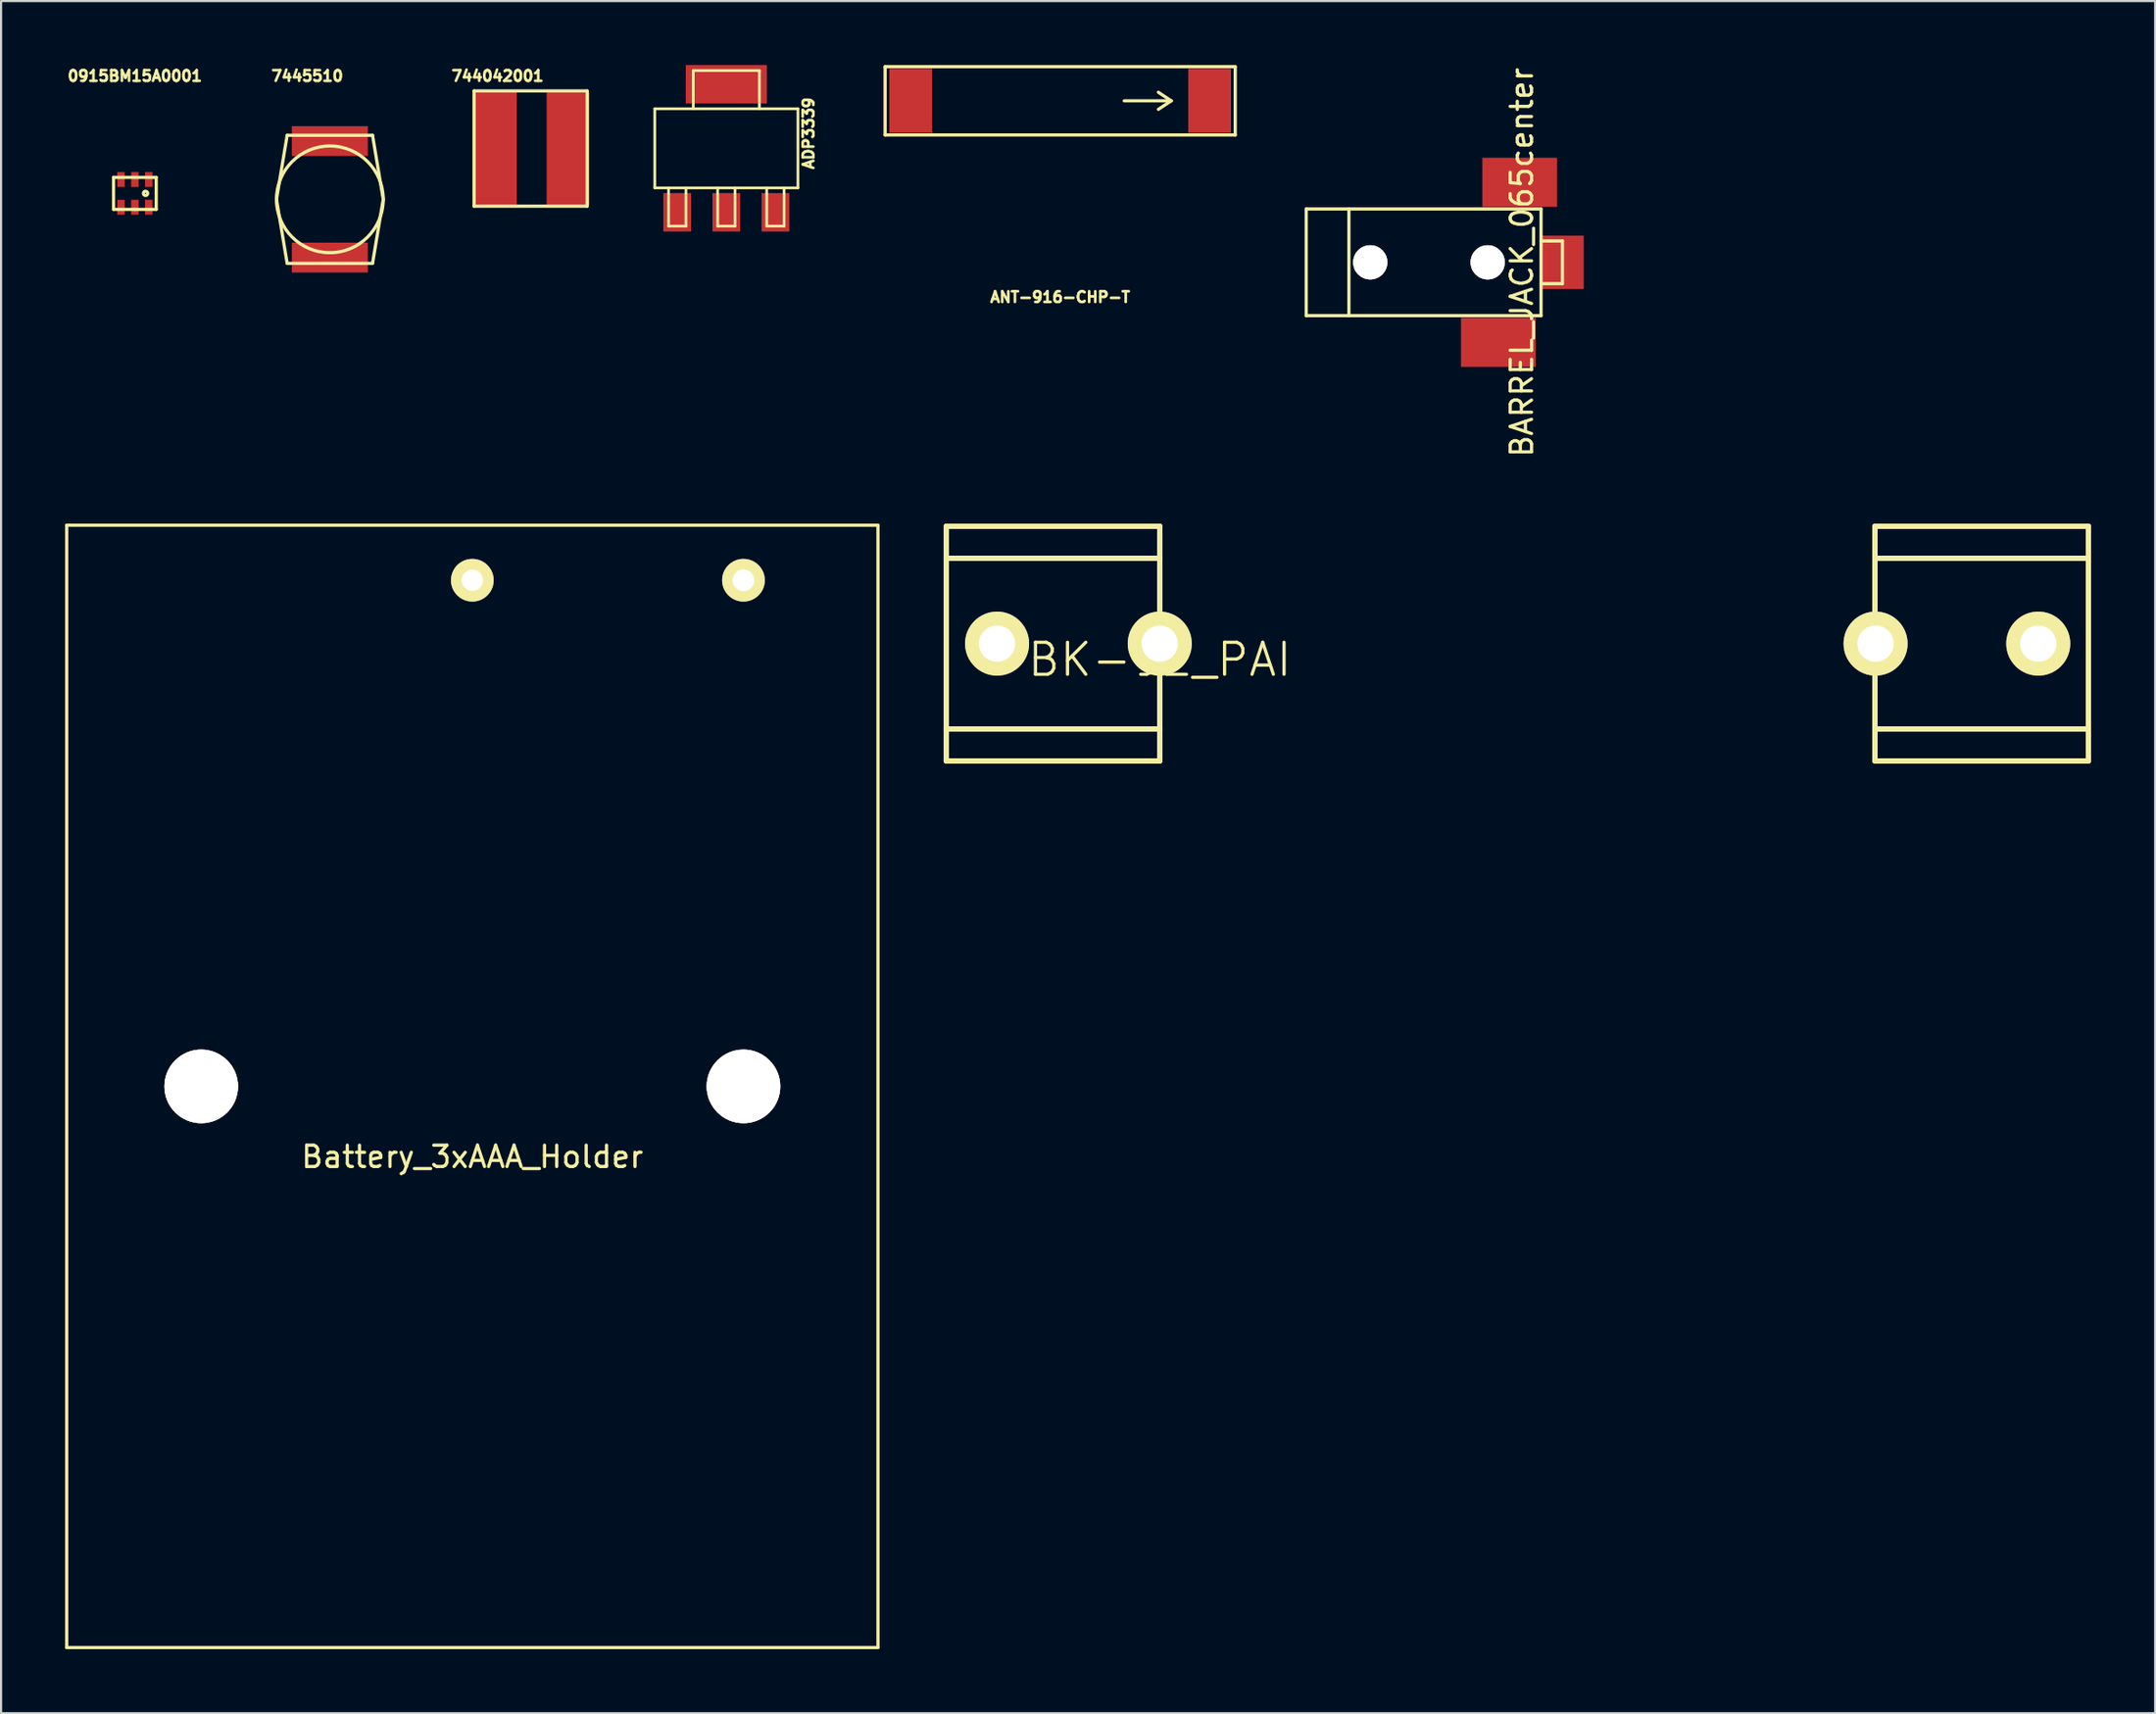
<source format=kicad_pcb>
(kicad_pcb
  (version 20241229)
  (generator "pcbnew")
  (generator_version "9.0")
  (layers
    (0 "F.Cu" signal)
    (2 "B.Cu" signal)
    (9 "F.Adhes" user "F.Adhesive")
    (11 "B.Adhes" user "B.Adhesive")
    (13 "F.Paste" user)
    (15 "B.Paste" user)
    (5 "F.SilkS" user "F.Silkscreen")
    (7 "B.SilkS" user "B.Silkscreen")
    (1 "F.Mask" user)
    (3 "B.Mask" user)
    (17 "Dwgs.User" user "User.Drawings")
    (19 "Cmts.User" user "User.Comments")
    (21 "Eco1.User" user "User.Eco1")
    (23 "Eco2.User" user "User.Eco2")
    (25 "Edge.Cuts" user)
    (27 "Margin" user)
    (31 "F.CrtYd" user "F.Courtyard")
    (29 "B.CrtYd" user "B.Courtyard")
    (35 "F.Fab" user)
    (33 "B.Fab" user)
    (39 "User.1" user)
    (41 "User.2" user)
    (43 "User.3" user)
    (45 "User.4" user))
  (footprint "Battery_3xAAA_Holder"
    (layer "F.Cu")
    (at 19.075 47.863)
    (property "Reference" "Battery_3xAAA_Holder" (at 0 3.3 0) (layer "F.SilkS") (effects (font (size 1 1) (thickness 0.15))))
    (attr through_hole)
    (fp_line (start -19 -26.3) (end -19 26.3) (stroke (width 0.15) (type solid)) (layer "F.SilkS"))
    (fp_line (start -19 26.3) (end 19 26.3) (stroke (width 0.15) (type solid)) (layer "F.SilkS"))
    (fp_line (start 19 -26.3) (end -19 -26.3) (stroke (width 0.15) (type solid)) (layer "F.SilkS"))
    (fp_line (start 19 26.3) (end 19 -26.3) (stroke (width 0.15) (type solid)) (layer "F.SilkS"))
    (pad "0" thru_hole circle (at -12.7 0) (size 3.45 3.45) (drill 3.45) (layers "*.Cu" "*.Mask" "F.SilkS"))
    (pad "0" thru_hole circle (at 12.7 0) (size 3.45 3.45) (drill 3.45) (layers "*.Cu" "*.Mask" "F.SilkS"))
    (pad "1" thru_hole circle (at 0 -23.72) (size 2 2) (drill 1) (layers "*.Cu" "*.Mask" "F.SilkS"))
    (pad "2" thru_hole circle (at 12.7 -23.72) (size 2 2) (drill 1.02) (layers "*.Cu" "*.Mask" "F.SilkS")))
  (footprint "0915BM15A0001"
    (layer "F.Cu")
    (at 3.268 6.012)
    (property "Reference" "0915BM15A0001" (at 0 -5.5 0) (layer "F.SilkS") (effects (font (size 0.5 0.5) (thickness 0.125))))
    (attr through_hole)
    (fp_line (start -1 -0.75) (end -1 0.75) (stroke (width 0.15) (type solid)) (layer "F.SilkS"))
    (fp_line (start -1 0.75) (end 0 0.75) (stroke (width 0.15) (type solid)) (layer "F.SilkS"))
    (fp_line (start 0 0.75) (end 1 0.75) (stroke (width 0.15) (type solid)) (layer "F.SilkS"))
    (fp_line (start 1 -0.75) (end -1 -0.75) (stroke (width 0.15) (type solid)) (layer "F.SilkS"))
    (fp_line (start 1 0.75) (end 1 -0.75) (stroke (width 0.15) (type solid)) (layer "F.SilkS"))
    (fp_circle (center 0.5 0) (end 0.5 0.1) (stroke (width 0.15) (type solid)) (fill no) (layer "F.SilkS"))
    (pad "1" smd rect (at 0.65 -0.65) (size 0.35 0.7) (layers "F.Cu" "F.Mask" "F.Paste"))
    (pad "2" smd rect (at 0 -0.65) (size 0.35 0.7) (layers "F.Cu" "F.Mask" "F.Paste"))
    (pad "3" smd rect (at -0.65 -0.65) (size 0.35 0.7) (layers "F.Cu" "F.Mask" "F.Paste"))
    (pad "4" smd rect (at -0.65 0.65) (size 0.35 0.7) (layers "F.Cu" "F.Mask" "F.Paste"))
    (pad "5" smd rect (at 0 0.65) (size 0.35 0.7) (layers "F.Cu" "F.Mask" "F.Paste"))
    (pad "6" smd rect (at 0.65 0.65) (size 0.35 0.7) (layers "F.Cu" "F.Mask" "F.Paste")))
  (footprint "7445510"
    (layer "F.Cu")
    (at 12.401 6.292)
    (property "Reference" "7445510" (at -1.06 -5.78 0) (layer "F.SilkS") (effects (font (size 0.5 0.5) (thickness 0.125))))
    (attr through_hole)
    (fp_line (start -2 -3) (end -2.5 0) (stroke (width 0.15) (type solid)) (layer "F.SilkS"))
    (fp_line (start -2 -3) (end 2 -3) (stroke (width 0.15) (type solid)) (layer "F.SilkS"))
    (fp_line (start -2 3) (end -2.5 0) (stroke (width 0.15) (type solid)) (layer "F.SilkS"))
    (fp_line (start -2 3) (end 2 3) (stroke (width 0.15) (type solid)) (layer "F.SilkS"))
    (fp_line (start 2 -3) (end 2.5 0) (stroke (width 0.15) (type solid)) (layer "F.SilkS"))
    (fp_line (start 2 3) (end 2.5 0) (stroke (width 0.15) (type solid)) (layer "F.SilkS"))
    (fp_circle (center 0 0) (end 2.5 0) (stroke (width 0.15) (type solid)) (fill no) (layer "F.SilkS"))
    (pad "1" smd rect (at 0 -2.73) (size 3.56 1.4) (layers "F.Cu" "F.Mask" "F.Paste"))
    (pad "2" smd rect (at 0 2.73) (size 3.56 1.4) (layers "F.Cu" "F.Mask" "F.Paste")))
  (footprint "ADP3339"
    (layer "F.Cu")
    (at 30.973 3.9)
    (property "Reference" "ADP3339" (at 3.85 -0.7 90) (layer "F.SilkS") (effects (font (size 0.5 0.5) (thickness 0.125))))
    (attr through_hole)
    (fp_line (start -3.353 -1.854) (end 3.353 -1.854) (stroke (width 0.127) (type solid)) (layer "F.SilkS"))
    (fp_line (start -3.353 1.854) (end -3.353 -1.854) (stroke (width 0.127) (type solid)) (layer "F.SilkS"))
    (fp_line (start -2.705 3.645) (end -2.705 1.854) (stroke (width 0.127) (type solid)) (layer "F.SilkS"))
    (fp_line (start -2.705 3.645) (end -1.892 3.645) (stroke (width 0.127) (type solid)) (layer "F.SilkS"))
    (fp_line (start -1.892 3.645) (end -1.892 1.854) (stroke (width 0.127) (type solid)) (layer "F.SilkS"))
    (fp_line (start -1.549 -3.645) (end -1.549 -1.854) (stroke (width 0.127) (type solid)) (layer "F.SilkS"))
    (fp_line (start -1.549 -3.645) (end 1.549 -3.645) (stroke (width 0.127) (type solid)) (layer "F.SilkS"))
    (fp_line (start -0.406 3.645) (end -0.406 1.854) (stroke (width 0.127) (type solid)) (layer "F.SilkS"))
    (fp_line (start -0.406 3.645) (end 0.406 3.645) (stroke (width 0.127) (type solid)) (layer "F.SilkS"))
    (fp_line (start 0.406 3.645) (end 0.406 1.854) (stroke (width 0.127) (type solid)) (layer "F.SilkS"))
    (fp_line (start 1.549 -3.645) (end 1.549 -1.854) (stroke (width 0.127) (type solid)) (layer "F.SilkS"))
    (fp_line (start 1.892 3.645) (end 1.892 1.854) (stroke (width 0.127) (type solid)) (layer "F.SilkS"))
    (fp_line (start 1.892 3.645) (end 2.705 3.645) (stroke (width 0.127) (type solid)) (layer "F.SilkS"))
    (fp_line (start 2.705 3.645) (end 2.705 1.854) (stroke (width 0.127) (type solid)) (layer "F.SilkS"))
    (fp_line (start 3.353 -1.854) (end 3.353 1.854) (stroke (width 0.127) (type solid)) (layer "F.SilkS"))
    (fp_line (start 3.353 1.854) (end -3.353 1.854) (stroke (width 0.127) (type solid)) (layer "F.SilkS"))
    (pad "1" smd rect (at -2.301 3) (size 1.3 1.801) (layers "F.Cu" "F.Mask" "F.Paste"))
    (pad "2" smd rect (at 0 -3) (size 3.8 1.801) (layers "F.Cu" "F.Mask" "F.Paste"))
    (pad "2" smd rect (at 0 3) (size 1.3 1.801) (layers "F.Cu" "F.Mask" "F.Paste"))
    (pad "3" smd rect (at 2.301 3) (size 1.3 1.801) (layers "F.Cu" "F.Mask" "F.Paste")))
  (footprint "BARREL_JACK_065center"
    (layer "F.Cu")
    (at 58.135 9.244)
    (property "Reference" "BARREL_JACK_065center" (at 10.099 0 90) (layer "F.SilkS") (effects (font (size 1 1) (thickness 0.15))))
    (attr through_hole)
    (fp_line (start 0 -2.5) (end 11 -2.5) (stroke (width 0.15) (type solid)) (layer "F.SilkS"))
    (fp_line (start 0 2.5) (end 0 -2.5) (stroke (width 0.15) (type solid)) (layer "F.SilkS"))
    (fp_line (start 2 2.5) (end 2 -2.5) (stroke (width 0.15) (type solid)) (layer "F.SilkS"))
    (fp_line (start 11 -2.5) (end 11 2.5) (stroke (width 0.15) (type solid)) (layer "F.SilkS"))
    (fp_line (start 11 -1) (end 12 -1) (stroke (width 0.15) (type solid)) (layer "F.SilkS"))
    (fp_line (start 11 2.5) (end 0 2.5) (stroke (width 0.15) (type solid)) (layer "F.SilkS"))
    (fp_line (start 12 -1) (end 12 1) (stroke (width 0.15) (type solid)) (layer "F.SilkS"))
    (fp_line (start 12 1) (end 11 1) (stroke (width 0.15) (type solid)) (layer "F.SilkS"))
    (pad "0" thru_hole circle (at 3 0 180) (size 1.6 1.6) (drill 1.6) (layers "*.Cu" "*.Mask" "F.SilkS"))
    (pad "0" thru_hole circle (at 8.5 0 180) (size 1.6 1.6) (drill 1.6) (layers "*.Cu" "*.Mask" "F.SilkS"))
    (pad "1" smd rect (at 12 0) (size 2 2.5) (layers "F.Cu" "F.Mask" "F.Paste"))
    (pad "2" smd rect (at 9 3.75) (size 3.5 2.3) (layers "F.Cu" "F.Mask" "F.Paste"))
    (pad "3" smd rect (at 10 -3.75) (size 3.5 2.3) (layers "F.Cu" "F.Mask" "F.Paste")))
  (footprint "BK-92_PAI"
    (layer "F.Cu")
    (at 51.275 27.113)
    (property "Reference" "BK-92_PAI" (at 0 0.75 0) (layer "F.SilkS") (effects (font (size 1.5 1.5) (thickness 0.15))))
    (attr through_hole)
    (fp_line (start -10 -5.5) (end -10 -4) (stroke (width 0.25) (type solid)) (layer "F.SilkS"))
    (fp_line (start -10 -4) (end 0 -4) (stroke (width 0.25) (type solid)) (layer "F.SilkS"))
    (fp_line (start -10 4) (end -10 -4) (stroke (width 0.25) (type solid)) (layer "F.SilkS"))
    (fp_line (start -10 5.5) (end -10 4) (stroke (width 0.25) (type solid)) (layer "F.SilkS"))
    (fp_line (start 0 -5.5) (end -10 -5.5) (stroke (width 0.25) (type solid)) (layer "F.SilkS"))
    (fp_line (start 0 -4) (end 0 -5.5) (stroke (width 0.25) (type solid)) (layer "F.SilkS"))
    (fp_line (start 0 -4) (end 0 0) (stroke (width 0.25) (type solid)) (layer "F.SilkS"))
    (fp_line (start 0 0) (end 0 4) (stroke (width 0.25) (type solid)) (layer "F.SilkS"))
    (fp_line (start 0 4) (end -10 4) (stroke (width 0.25) (type solid)) (layer "F.SilkS"))
    (fp_line (start 0 4) (end 0 5.5) (stroke (width 0.25) (type solid)) (layer "F.SilkS"))
    (fp_line (start 0 5.5) (end -10 5.5) (stroke (width 0.25) (type solid)) (layer "F.SilkS"))
    (fp_line (start 33.5 -5.5) (end 43.5 -5.5) (stroke (width 0.25) (type solid)) (layer "F.SilkS"))
    (fp_line (start 33.5 -4) (end 33.5 -5.5) (stroke (width 0.25) (type solid)) (layer "F.SilkS"))
    (fp_line (start 33.5 -4) (end 33.5 0) (stroke (width 0.25) (type solid)) (layer "F.SilkS"))
    (fp_line (start 33.5 0) (end 33.5 4) (stroke (width 0.25) (type solid)) (layer "F.SilkS"))
    (fp_line (start 33.5 4) (end 33.5 5.5) (stroke (width 0.25) (type solid)) (layer "F.SilkS"))
    (fp_line (start 33.5 4) (end 43.5 4) (stroke (width 0.25) (type solid)) (layer "F.SilkS"))
    (fp_line (start 33.5 5.5) (end 43.5 5.5) (stroke (width 0.25) (type solid)) (layer "F.SilkS"))
    (fp_line (start 43.5 -5.5) (end 43.5 -4) (stroke (width 0.25) (type solid)) (layer "F.SilkS"))
    (fp_line (start 43.5 -4) (end 33.5 -4) (stroke (width 0.25) (type solid)) (layer "F.SilkS"))
    (fp_line (start 43.5 0) (end 43.5 -4) (stroke (width 0.25) (type solid)) (layer "F.SilkS"))
    (fp_line (start 43.5 4) (end 43.5 0) (stroke (width 0.25) (type solid)) (layer "F.SilkS"))
    (fp_line (start 43.5 5.5) (end 43.5 4) (stroke (width 0.25) (type solid)) (layer "F.SilkS"))
    (pad "1" thru_hole circle (at 33.53 0) (size 3 3) (drill 1.7) (layers "*.Cu" "*.Mask" "F.SilkS"))
    (pad "2" thru_hole circle (at 0 0) (size 3 3) (drill 1.7) (layers "*.Cu" "*.Mask" "F.SilkS"))
    (pad "3" thru_hole circle (at 41.15 0) (size 3 3) (drill 1.7) (layers "*.Cu" "*.Mask" "F.SilkS"))
    (pad "4" thru_hole circle (at -7.62 0) (size 3 3) (drill 1.7) (layers "*.Cu" "*.Mask" "F.SilkS")))
  (footprint "ANT-916-CHP-T"
    (layer "F.Cu")
    (at 46.61 1.675)
    (property "Reference" "ANT-916-CHP-T" (at 0 9.2 0) (layer "F.SilkS") (effects (font (size 0.5 0.5) (thickness 0.125))))
    (attr through_hole)
    (fp_line (start -8.2 -1.6) (end 8.2 -1.6) (stroke (width 0.15) (type solid)) (layer "F.SilkS"))
    (fp_line (start -8.2 1.6) (end -8.2 -1.6) (stroke (width 0.15) (type solid)) (layer "F.SilkS"))
    (fp_line (start 3 0) (end 5.2 0) (stroke (width 0.15) (type solid)) (layer "F.SilkS"))
    (fp_line (start 5.2 0) (end 4.6 -0.4) (stroke (width 0.15) (type solid)) (layer "F.SilkS"))
    (fp_line (start 5.2 0) (end 4.6 0.4) (stroke (width 0.15) (type solid)) (layer "F.SilkS"))
    (fp_line (start 8.2 -1.6) (end 8.2 1.6) (stroke (width 0.15) (type solid)) (layer "F.SilkS"))
    (fp_line (start 8.2 1.6) (end -8.2 1.6) (stroke (width 0.15) (type solid)) (layer "F.SilkS"))
    (pad "1" smd rect (at 7 0) (size 2 3) (layers "F.Cu" "F.Mask" "F.Paste"))
    (pad "2" smd rect (at -7 0) (size 2 3) (layers "F.Cu" "F.Mask" "F.Paste")))
  (footprint "744042001"
    (layer "F.Cu")
    (at 21.856 3.912)
    (property "Reference" "744042001" (at -1.6 -3.4 0) (layer "F.SilkS") (effects (font (size 0.5 0.5) (thickness 0.125))))
    (attr through_hole)
    (fp_line (start -2.7 -2.7) (end 2.6 -2.7) (stroke (width 0.15) (type solid)) (layer "F.SilkS"))
    (fp_line (start -2.7 2.7) (end -2.7 -2.7) (stroke (width 0.15) (type solid)) (layer "F.SilkS"))
    (fp_line (start 2.6 -2.7) (end 2.6 2.7) (stroke (width 0.15) (type solid)) (layer "F.SilkS"))
    (fp_line (start 2.6 2.7) (end -2.7 2.7) (stroke (width 0.15) (type solid)) (layer "F.SilkS"))
    (pad "1" smd rect (at -1.7 0) (size 2 5.3) (layers "F.Cu" "F.Mask" "F.Paste"))
    (pad "2" smd rect (at 1.7 0) (size 2 5.3) (layers "F.Cu" "F.Mask" "F.Paste")))
  (gr_rect
    (start -3 -3)
    (end 97.9 77.238)
    (stroke (width 0.1) (type default))
    (fill no)
    (layer "Edge.Cuts")))
</source>
